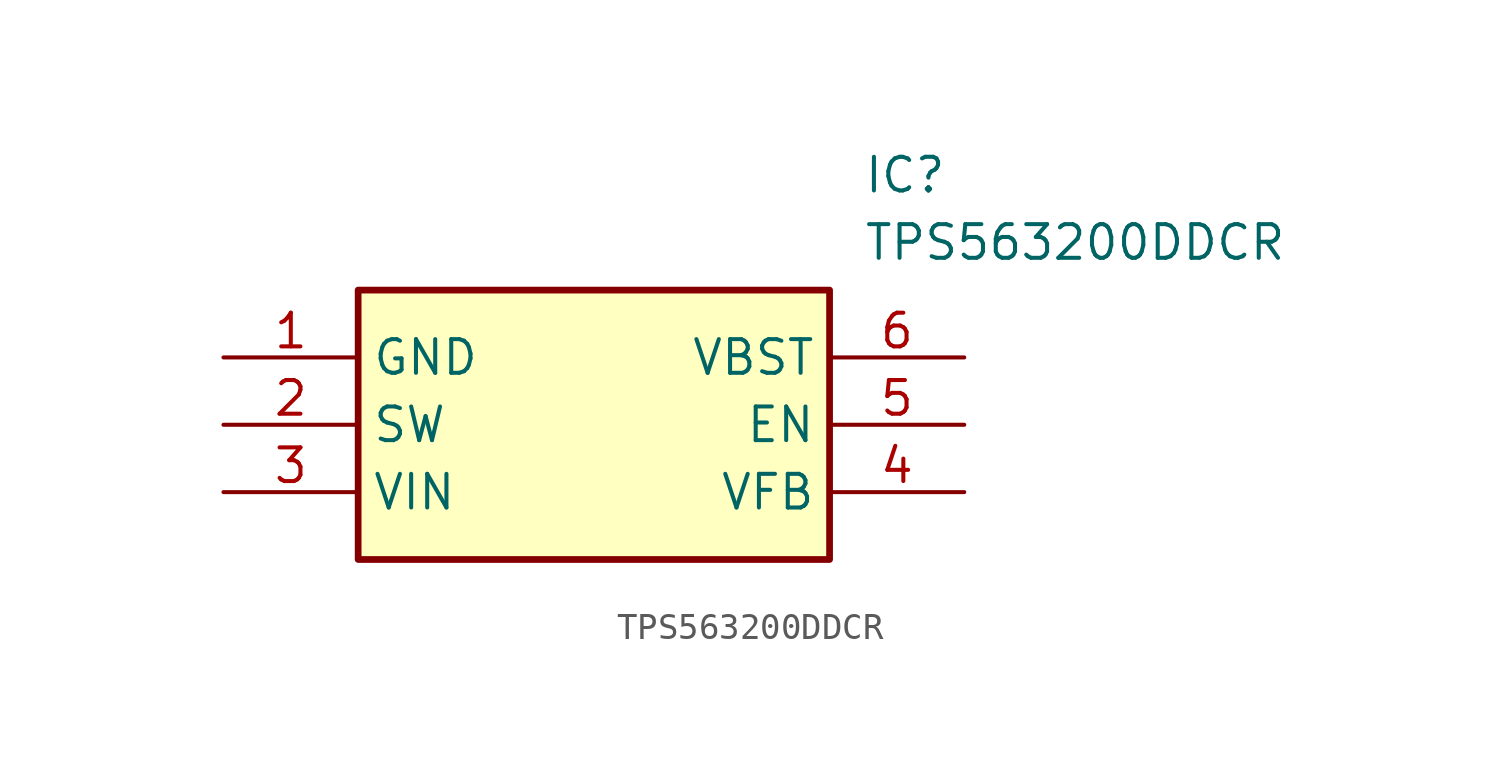
<source format=kicad_sym>
(kicad_symbol_lib
  (version 20211014)
  (generator SamacSys_ECAD_Model)
  (symbol "TPS563200DDCR"
    (property "Reference" "IC"
      (at 24.13 7.62 0)
      (effects (font (size 1.27 1.27)) (justify left top)))
    (property "Value" "TPS563200DDCR"
      (at 24.13 5.08 0)
      (effects (font (size 1.27 1.27)) (justify left top)))
    (rectangle
      (start 5.08 2.54)
      (end 22.86 -7.62)
      (stroke (width 0.254) (type default))
      (fill (type background)))
    (pin power_in line
      (at 0 0 0)
      (length 5.08)
      (name "GND" (effects (font (size 1.27 1.27))))
      (number "1" (effects (font (size 1.27 1.27)))))
    (pin bidirectional line
      (at 0 -2.54 0)
      (length 5.08)
      (name "SW" (effects (font (size 1.27 1.27))))
      (number "2" (effects (font (size 1.27 1.27)))))
    (pin power_in line
      (at 0 -5.08 0)
      (length 5.08)
      (name "VIN" (effects (font (size 1.27 1.27))))
      (number "3" (effects (font (size 1.27 1.27)))))
    (pin bidirectional line
      (at 27.94 0 180)
      (length 5.08)
      (name "VBST" (effects (font (size 1.27 1.27))))
      (number "6" (effects (font (size 1.27 1.27)))))
    (pin input line
      (at 27.94 -2.54 180)
      (length 5.08)
      (name "EN" (effects (font (size 1.27 1.27))))
      (number "5" (effects (font (size 1.27 1.27)))))
    (pin input line
      (at 27.94 -5.08 180)
      (length 5.08)
      (name "VFB" (effects (font (size 1.27 1.27))))
      (number "4" (effects (font (size 1.27 1.27)))))))
</source>
